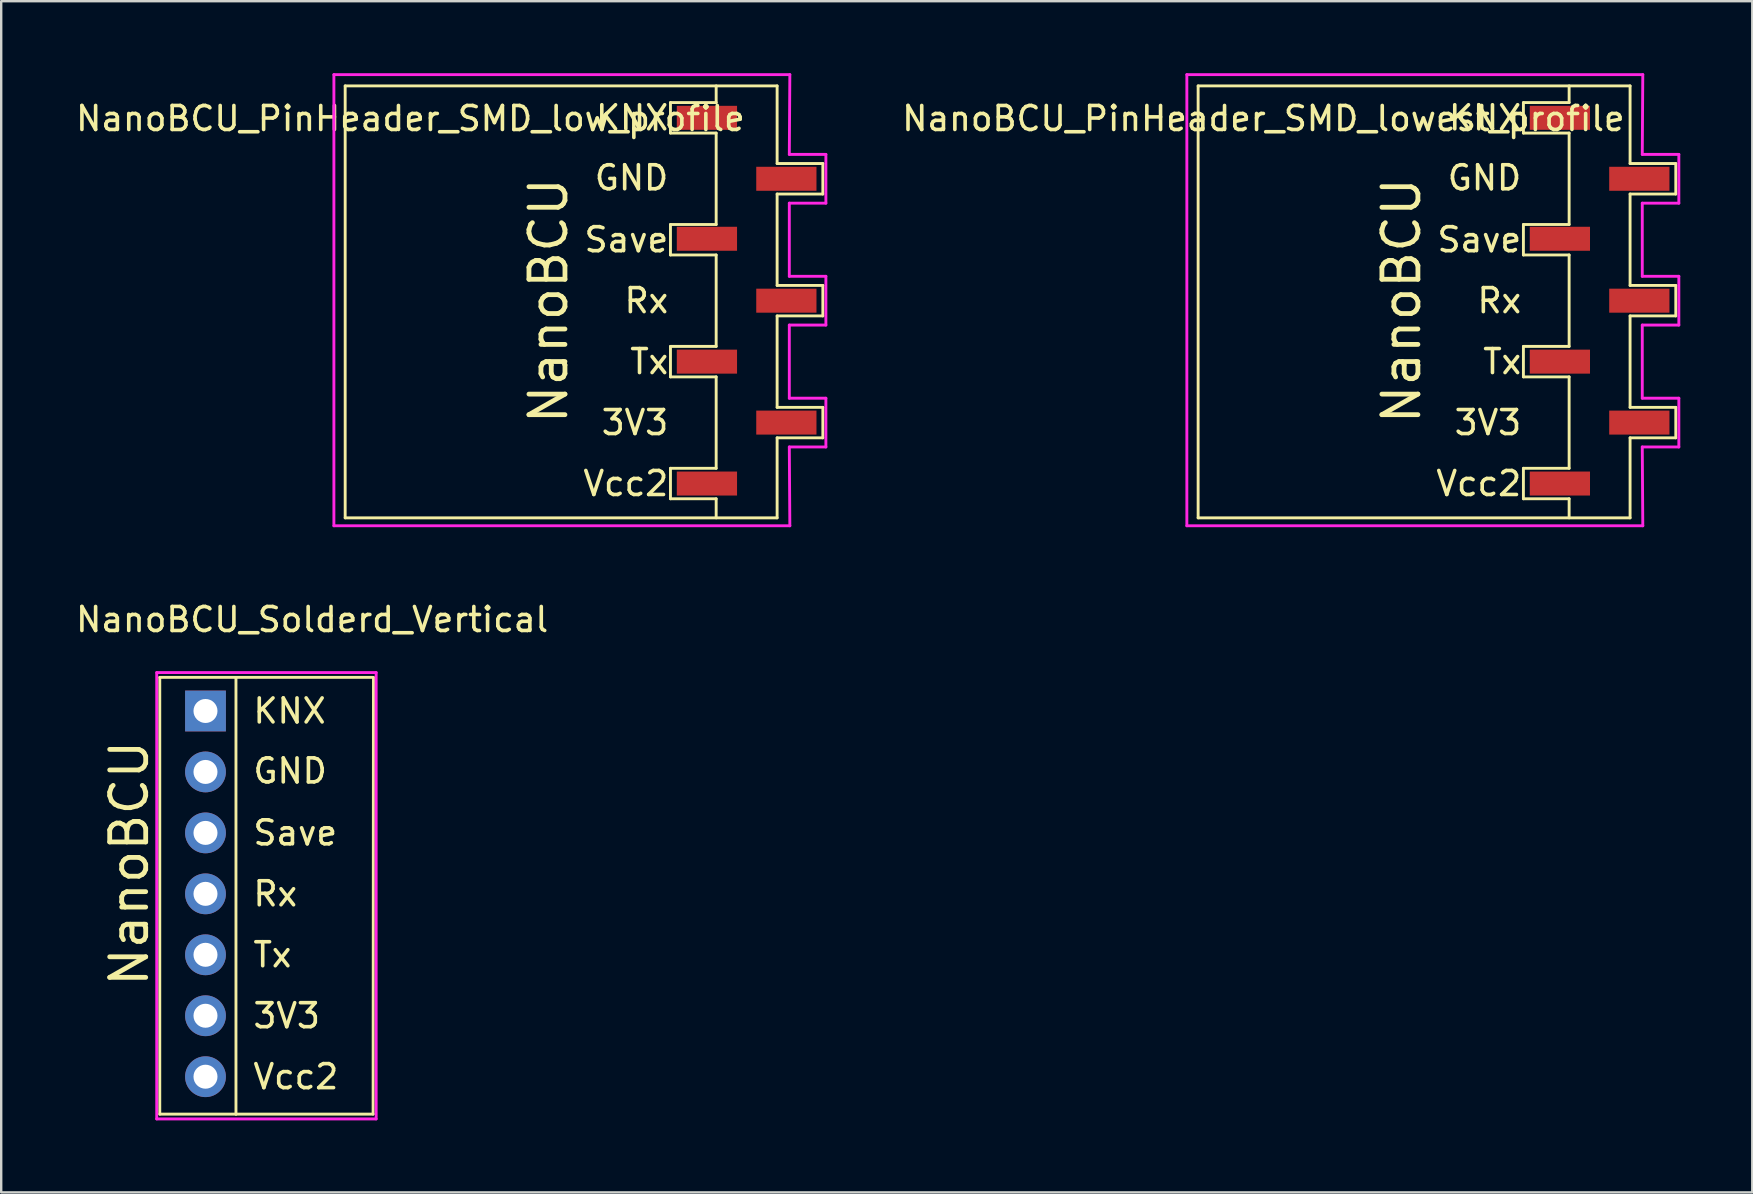
<source format=kicad_pcb>
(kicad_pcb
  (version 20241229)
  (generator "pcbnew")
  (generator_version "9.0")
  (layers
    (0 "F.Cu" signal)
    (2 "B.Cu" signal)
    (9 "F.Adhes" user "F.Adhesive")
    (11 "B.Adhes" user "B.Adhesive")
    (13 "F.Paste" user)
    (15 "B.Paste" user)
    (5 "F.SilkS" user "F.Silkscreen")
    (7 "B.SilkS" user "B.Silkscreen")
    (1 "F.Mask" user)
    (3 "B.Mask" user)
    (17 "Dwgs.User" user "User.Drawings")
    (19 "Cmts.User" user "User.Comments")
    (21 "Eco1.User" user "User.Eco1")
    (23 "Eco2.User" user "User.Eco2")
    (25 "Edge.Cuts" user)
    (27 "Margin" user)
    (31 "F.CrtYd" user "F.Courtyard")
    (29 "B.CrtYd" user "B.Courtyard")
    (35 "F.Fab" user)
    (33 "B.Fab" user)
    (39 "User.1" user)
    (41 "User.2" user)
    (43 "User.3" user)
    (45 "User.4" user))
  (footprint "NanoBCU_PinHeader_SMD_lowest_profile"
    (layer "F.Cu")
    (at 63.608 1.86)
    (property "Reference" "NanoBCU_PinHeader_SMD_lowest_profile" (at -14.01 0.03 0) (layer "F.SilkS") (effects (font (size 1 1) (thickness 0.15))))
    (attr smd)
    (fp_line (start -16.73 16.67) (end -16.73 -1.33) (stroke (width 0.12) (type solid)) (layer "F.SilkS"))
    (fp_line (start -3.175 -0.635) (end -3.175 0.635) (stroke (width 0.12) (type solid)) (layer "F.SilkS"))
    (fp_line (start -3.175 0.635) (end -1.27 0.635) (stroke (width 0.12) (type solid)) (layer "F.SilkS"))
    (fp_line (start -3.175 4.445) (end -3.175 5.715) (stroke (width 0.12) (type solid)) (layer "F.SilkS"))
    (fp_line (start -3.175 5.715) (end -1.27 5.715) (stroke (width 0.12) (type solid)) (layer "F.SilkS"))
    (fp_line (start -3.175 9.525) (end -3.175 10.795) (stroke (width 0.12) (type solid)) (layer "F.SilkS"))
    (fp_line (start -3.175 10.795) (end -1.27 10.795) (stroke (width 0.12) (type solid)) (layer "F.SilkS"))
    (fp_line (start -3.175 14.605) (end -3.175 15.875) (stroke (width 0.12) (type solid)) (layer "F.SilkS"))
    (fp_line (start -3.175 15.875) (end -1.27 15.875) (stroke (width 0.12) (type solid)) (layer "F.SilkS"))
    (fp_line (start -1.27 -1.33) (end -1.27 -0.635) (stroke (width 0.12) (type solid)) (layer "F.SilkS"))
    (fp_line (start -1.27 -0.635) (end -3.175 -0.635) (stroke (width 0.12) (type solid)) (layer "F.SilkS"))
    (fp_line (start -1.27 0.635) (end -1.27 4.445) (stroke (width 0.12) (type solid)) (layer "F.SilkS"))
    (fp_line (start -1.27 4.445) (end -3.175 4.445) (stroke (width 0.12) (type solid)) (layer "F.SilkS"))
    (fp_line (start -1.27 5.715) (end -1.27 9.525) (stroke (width 0.12) (type solid)) (layer "F.SilkS"))
    (fp_line (start -1.27 9.525) (end -3.175 9.525) (stroke (width 0.12) (type solid)) (layer "F.SilkS"))
    (fp_line (start -1.27 10.795) (end -1.27 14.605) (stroke (width 0.12) (type solid)) (layer "F.SilkS"))
    (fp_line (start -1.27 14.605) (end -3.175 14.605) (stroke (width 0.12) (type solid)) (layer "F.SilkS"))
    (fp_line (start -1.27 15.875) (end -1.27 16.67) (stroke (width 0.12) (type solid)) (layer "F.SilkS"))
    (fp_line (start 1.27 -1.33) (end -16.73 -1.33) (stroke (width 0.12) (type solid)) (layer "F.SilkS"))
    (fp_line (start 1.27 -1.33) (end 1.27 1.905) (stroke (width 0.12) (type solid)) (layer "F.SilkS"))
    (fp_line (start 1.27 1.905) (end 3.175 1.905) (stroke (width 0.12) (type solid)) (layer "F.SilkS"))
    (fp_line (start 1.27 3.175) (end 1.27 6.985) (stroke (width 0.12) (type solid)) (layer "F.SilkS"))
    (fp_line (start 1.27 6.985) (end 3.175 6.985) (stroke (width 0.12) (type solid)) (layer "F.SilkS"))
    (fp_line (start 1.27 8.255) (end 1.27 12.065) (stroke (width 0.12) (type solid)) (layer "F.SilkS"))
    (fp_line (start 1.27 12.065) (end 3.175 12.065) (stroke (width 0.12) (type solid)) (layer "F.SilkS"))
    (fp_line (start 1.27 13.335) (end 1.27 16.67) (stroke (width 0.12) (type solid)) (layer "F.SilkS"))
    (fp_line (start 1.27 16.67) (end -16.73 16.67) (stroke (width 0.12) (type solid)) (layer "F.SilkS"))
    (fp_line (start 3.175 1.905) (end 3.175 3.175) (stroke (width 0.12) (type solid)) (layer "F.SilkS"))
    (fp_line (start 3.175 3.175) (end 1.27 3.175) (stroke (width 0.12) (type solid)) (layer "F.SilkS"))
    (fp_line (start 3.175 6.985) (end 3.175 8.255) (stroke (width 0.12) (type solid)) (layer "F.SilkS"))
    (fp_line (start 3.175 8.255) (end 1.27 8.255) (stroke (width 0.12) (type solid)) (layer "F.SilkS"))
    (fp_line (start 3.175 12.065) (end 3.175 13.335) (stroke (width 0.12) (type solid)) (layer "F.SilkS"))
    (fp_line (start 3.175 13.335) (end 1.27 13.335) (stroke (width 0.12) (type solid)) (layer "F.SilkS"))
    (fp_line (start -17.2 -1.8) (end 1.8 -1.8) (stroke (width 0.12) (type solid)) (layer "F.CrtYd"))
    (fp_line (start -17.2 17) (end -17.2 -1.8) (stroke (width 0.12) (type solid)) (layer "F.CrtYd"))
    (fp_line (start 1.778 1.524) (end 3.302 1.524) (stroke (width 0.12) (type solid)) (layer "F.CrtYd"))
    (fp_line (start 1.778 3.556) (end 1.778 6.604) (stroke (width 0.12) (type solid)) (layer "F.CrtYd"))
    (fp_line (start 1.778 6.604) (end 3.302 6.604) (stroke (width 0.12) (type solid)) (layer "F.CrtYd"))
    (fp_line (start 1.778 8.636) (end 1.778 11.684) (stroke (width 0.12) (type solid)) (layer "F.CrtYd"))
    (fp_line (start 1.778 11.684) (end 3.302 11.684) (stroke (width 0.12) (type solid)) (layer "F.CrtYd"))
    (fp_line (start 1.778 13.716) (end 1.8 17) (stroke (width 0.12) (type solid)) (layer "F.CrtYd"))
    (fp_line (start 1.8 -1.8) (end 1.778 1.524) (stroke (width 0.12) (type solid)) (layer "F.CrtYd"))
    (fp_line (start 1.8 17) (end -17.2 17) (stroke (width 0.12) (type solid)) (layer "F.CrtYd"))
    (fp_line (start 3.302 1.524) (end 3.302 3.556) (stroke (width 0.12) (type solid)) (layer "F.CrtYd"))
    (fp_line (start 3.302 3.556) (end 1.778 3.556) (stroke (width 0.12) (type solid)) (layer "F.CrtYd"))
    (fp_line (start 3.302 6.604) (end 3.302 8.636) (stroke (width 0.12) (type solid)) (layer "F.CrtYd"))
    (fp_line (start 3.302 8.636) (end 1.778 8.636) (stroke (width 0.12) (type solid)) (layer "F.CrtYd"))
    (fp_line (start 3.302 11.684) (end 3.302 13.716) (stroke (width 0.12) (type solid)) (layer "F.CrtYd"))
    (fp_line (start 3.302 13.716) (end 1.778 13.716) (stroke (width 0.12) (type solid)) (layer "F.CrtYd"))
    (fp_text user "Rx" (at -3.175 7.62 0) (layer "F.SilkS") (effects (font (size 1 1) (thickness 0.15)) (justify right)))
    (fp_text user "GND" (at -3.175 2.5 0) (layer "F.SilkS") (effects (font (size 1 1) (thickness 0.15)) (justify right)))
    (fp_text user "Save" (at -3.175 5.08 0) (layer "F.SilkS") (effects (font (size 1 1) (thickness 0.15)) (justify right)))
    (fp_text user "KNX" (at -3.175 0 0) (layer "F.SilkS") (effects (font (size 1 1) (thickness 0.15)) (justify right)))
    (fp_text user "Tx" (at -3.175 10.16 0) (layer "F.SilkS") (effects (font (size 1 1) (thickness 0.15)) (justify right)))
    (fp_text user "3V3" (at -3.175 12.7 0) (layer "F.SilkS") (effects (font (size 1 1) (thickness 0.15)) (justify right)))
    (fp_text user "Vcc2" (at -3.175 15.24 0) (layer "F.SilkS") (effects (font (size 1 1) (thickness 0.15)) (justify right)))
    (fp_text user "NanoBCU" (at -8.255 7.62 90) (layer "F.SilkS") (effects (font (size 1.5 1.5) (thickness 0.2))))
    (pad "1" smd rect (at -1.655 0) (size 2.51 1) (layers "F.Cu" "F.Mask" "F.Paste"))
    (pad "2" smd rect (at 1.655 2.54) (size 2.51 1) (layers "F.Cu" "F.Mask" "F.Paste"))
    (pad "3" smd rect (at -1.655 5.04) (size 2.51 1) (layers "F.Cu" "F.Mask" "F.Paste"))
    (pad "4" smd rect (at 1.655 7.62) (size 2.51 1) (layers "F.Cu" "F.Mask" "F.Paste"))
    (pad "5" smd rect (at -1.655 10.16) (size 2.51 1) (layers "F.Cu" "F.Mask" "F.Paste"))
    (pad "6" smd rect (at 1.655 12.7) (size 2.51 1) (layers "F.Cu" "F.Mask" "F.Paste"))
    (pad "7" smd rect (at -1.655 15.24) (size 2.51 1) (layers "F.Cu" "F.Mask" "F.Paste")))
  (footprint "NanoBCU_Solderd_Vertical"
    (layer "F.Cu")
    (at 5.513 26.578)
    (property "Reference" "NanoBCU_Solderd_Vertical" (at 4.445 -3.81 0) (layer "F.SilkS") (effects (font (size 1 1) (thickness 0.15))))
    (attr through_hole)
    (fp_line (start -1.905 -1.4) (end -1.905 16.8) (stroke (width 0.12) (type solid)) (layer "F.SilkS"))
    (fp_line (start 1.27 -1.4) (end -1.905 -1.4) (stroke (width 0.12) (type solid)) (layer "F.SilkS"))
    (fp_line (start 1.27 -1.4) (end 1.27 16.8) (stroke (width 0.12) (type solid)) (layer "F.SilkS"))
    (fp_line (start 1.27 16.8) (end -1.905 16.8) (stroke (width 0.12) (type solid)) (layer "F.SilkS"))
    (fp_line (start 1.27 16.8) (end 6.985 16.8) (stroke (width 0.12) (type solid)) (layer "F.SilkS"))
    (fp_line (start 6.985 -1.4) (end 1.27 -1.4) (stroke (width 0.12) (type solid)) (layer "F.SilkS"))
    (fp_line (start 6.985 16.8) (end 7 -1.4) (stroke (width 0.12) (type solid)) (layer "F.SilkS"))
    (fp_line (start -2.032 -1.6) (end 7.112 -1.6) (stroke (width 0.12) (type solid)) (layer "F.CrtYd"))
    (fp_line (start -2.032 17) (end -2.032 -1.6) (stroke (width 0.12) (type solid)) (layer "F.CrtYd"))
    (fp_line (start 7.112 -1.6) (end 7.112 17) (stroke (width 0.12) (type solid)) (layer "F.CrtYd"))
    (fp_line (start 7.112 17) (end -2.032 17) (stroke (width 0.12) (type solid)) (layer "F.CrtYd"))
    (fp_text user "KNX" (at 1.905 0 0) (layer "F.SilkS") (effects (font (size 1 1) (thickness 0.15)) (justify left)))
    (fp_text user "GND" (at 1.905 2.5 0) (layer "F.SilkS") (effects (font (size 1 1) (thickness 0.15)) (justify left)))
    (fp_text user "NanoBCU" (at -3.175 6.35 90) (layer "F.SilkS") (effects (font (size 1.5 1.5) (thickness 0.2))))
    (fp_text user "Rx" (at 1.905 7.62 0) (layer "F.SilkS") (effects (font (size 1 1) (thickness 0.15)) (justify left)))
    (fp_text user "3V3" (at 1.905 12.7 0) (layer "F.SilkS") (effects (font (size 1 1) (thickness 0.15)) (justify left)))
    (fp_text user "Tx" (at 1.905 10.16 0) (layer "F.SilkS") (effects (font (size 1 1) (thickness 0.15)) (justify left)))
    (fp_text user "Vcc2" (at 1.905 15.24 0) (layer "F.SilkS") (effects (font (size 1 1) (thickness 0.15)) (justify left)))
    (fp_text user "Save" (at 1.905 5.08 0) (layer "F.SilkS") (effects (font (size 1 1) (thickness 0.15)) (justify left)))
    (pad "1" thru_hole rect (at 0 0) (size 1.7 1.7) (drill 1) (layers "*.Cu" "*.Mask"))
    (pad "2" thru_hole oval (at 0 2.54) (size 1.7 1.7) (drill 1) (layers "*.Cu" "*.Mask"))
    (pad "3" thru_hole oval (at 0 5.08) (size 1.7 1.7) (drill 1) (layers "*.Cu" "*.Mask"))
    (pad "4" thru_hole oval (at 0 7.62) (size 1.7 1.7) (drill 1) (layers "*.Cu" "*.Mask"))
    (pad "5" thru_hole oval (at 0 10.16) (size 1.7 1.7) (drill 1) (layers "*.Cu" "*.Mask"))
    (pad "6" thru_hole oval (at 0 12.7) (size 1.7 1.7) (drill 1) (layers "*.Cu" "*.Mask"))
    (pad "7" thru_hole oval (at 0 15.24) (size 1.7 1.7) (drill 1) (layers "*.Cu" "*.Mask")))
  (footprint "NanoBCU_PinHeader_SMD_low_profile"
    (layer "F.Cu")
    (at 28.064 1.86)
    (property "Reference" "NanoBCU_PinHeader_SMD_low_profile" (at -14.01 0.03 0) (layer "F.SilkS") (effects (font (size 1 1) (thickness 0.15))))
    (attr smd)
    (fp_line (start -16.73 16.67) (end -16.73 -1.33) (stroke (width 0.12) (type solid)) (layer "F.SilkS"))
    (fp_line (start -3.175 -0.635) (end -3.175 0.635) (stroke (width 0.12) (type solid)) (layer "F.SilkS"))
    (fp_line (start -3.175 0.635) (end -1.27 0.635) (stroke (width 0.12) (type solid)) (layer "F.SilkS"))
    (fp_line (start -3.175 4.445) (end -3.175 5.715) (stroke (width 0.12) (type solid)) (layer "F.SilkS"))
    (fp_line (start -3.175 5.715) (end -1.27 5.715) (stroke (width 0.12) (type solid)) (layer "F.SilkS"))
    (fp_line (start -3.175 9.525) (end -3.175 10.795) (stroke (width 0.12) (type solid)) (layer "F.SilkS"))
    (fp_line (start -3.175 10.795) (end -1.27 10.795) (stroke (width 0.12) (type solid)) (layer "F.SilkS"))
    (fp_line (start -3.175 14.605) (end -3.175 15.875) (stroke (width 0.12) (type solid)) (layer "F.SilkS"))
    (fp_line (start -3.175 15.875) (end -1.27 15.875) (stroke (width 0.12) (type solid)) (layer "F.SilkS"))
    (fp_line (start -1.27 -1.33) (end -1.27 -0.635) (stroke (width 0.12) (type solid)) (layer "F.SilkS"))
    (fp_line (start -1.27 -0.635) (end -3.175 -0.635) (stroke (width 0.12) (type solid)) (layer "F.SilkS"))
    (fp_line (start -1.27 0.635) (end -1.27 4.445) (stroke (width 0.12) (type solid)) (layer "F.SilkS"))
    (fp_line (start -1.27 4.445) (end -3.175 4.445) (stroke (width 0.12) (type solid)) (layer "F.SilkS"))
    (fp_line (start -1.27 5.715) (end -1.27 9.525) (stroke (width 0.12) (type solid)) (layer "F.SilkS"))
    (fp_line (start -1.27 9.525) (end -3.175 9.525) (stroke (width 0.12) (type solid)) (layer "F.SilkS"))
    (fp_line (start -1.27 10.795) (end -1.27 14.605) (stroke (width 0.12) (type solid)) (layer "F.SilkS"))
    (fp_line (start -1.27 14.605) (end -3.175 14.605) (stroke (width 0.12) (type solid)) (layer "F.SilkS"))
    (fp_line (start -1.27 15.875) (end -1.27 16.67) (stroke (width 0.12) (type solid)) (layer "F.SilkS"))
    (fp_line (start 1.27 -1.33) (end -16.73 -1.33) (stroke (width 0.12) (type solid)) (layer "F.SilkS"))
    (fp_line (start 1.27 -1.33) (end 1.27 1.905) (stroke (width 0.12) (type solid)) (layer "F.SilkS"))
    (fp_line (start 1.27 1.905) (end 3.175 1.905) (stroke (width 0.12) (type solid)) (layer "F.SilkS"))
    (fp_line (start 1.27 3.175) (end 1.27 6.985) (stroke (width 0.12) (type solid)) (layer "F.SilkS"))
    (fp_line (start 1.27 6.985) (end 3.175 6.985) (stroke (width 0.12) (type solid)) (layer "F.SilkS"))
    (fp_line (start 1.27 8.255) (end 1.27 12.065) (stroke (width 0.12) (type solid)) (layer "F.SilkS"))
    (fp_line (start 1.27 12.065) (end 3.175 12.065) (stroke (width 0.12) (type solid)) (layer "F.SilkS"))
    (fp_line (start 1.27 13.335) (end 1.27 16.67) (stroke (width 0.12) (type solid)) (layer "F.SilkS"))
    (fp_line (start 1.27 16.67) (end -16.73 16.67) (stroke (width 0.12) (type solid)) (layer "F.SilkS"))
    (fp_line (start 3.175 1.905) (end 3.175 3.175) (stroke (width 0.12) (type solid)) (layer "F.SilkS"))
    (fp_line (start 3.175 3.175) (end 1.27 3.175) (stroke (width 0.12) (type solid)) (layer "F.SilkS"))
    (fp_line (start 3.175 6.985) (end 3.175 8.255) (stroke (width 0.12) (type solid)) (layer "F.SilkS"))
    (fp_line (start 3.175 8.255) (end 1.27 8.255) (stroke (width 0.12) (type solid)) (layer "F.SilkS"))
    (fp_line (start 3.175 12.065) (end 3.175 13.335) (stroke (width 0.12) (type solid)) (layer "F.SilkS"))
    (fp_line (start 3.175 13.335) (end 1.27 13.335) (stroke (width 0.12) (type solid)) (layer "F.SilkS"))
    (fp_line (start -17.2 -1.8) (end 1.8 -1.8) (stroke (width 0.12) (type solid)) (layer "F.CrtYd"))
    (fp_line (start -17.2 17) (end -17.2 -1.8) (stroke (width 0.12) (type solid)) (layer "F.CrtYd"))
    (fp_line (start 1.778 1.524) (end 3.302 1.524) (stroke (width 0.12) (type solid)) (layer "F.CrtYd"))
    (fp_line (start 1.778 3.556) (end 1.778 6.604) (stroke (width 0.12) (type solid)) (layer "F.CrtYd"))
    (fp_line (start 1.778 6.604) (end 3.302 6.604) (stroke (width 0.12) (type solid)) (layer "F.CrtYd"))
    (fp_line (start 1.778 8.636) (end 1.778 11.684) (stroke (width 0.12) (type solid)) (layer "F.CrtYd"))
    (fp_line (start 1.778 11.684) (end 3.302 11.684) (stroke (width 0.12) (type solid)) (layer "F.CrtYd"))
    (fp_line (start 1.778 13.716) (end 1.8 17) (stroke (width 0.12) (type solid)) (layer "F.CrtYd"))
    (fp_line (start 1.8 -1.8) (end 1.778 1.524) (stroke (width 0.12) (type solid)) (layer "F.CrtYd"))
    (fp_line (start 1.8 17) (end -17.2 17) (stroke (width 0.12) (type solid)) (layer "F.CrtYd"))
    (fp_line (start 3.302 1.524) (end 3.302 3.556) (stroke (width 0.12) (type solid)) (layer "F.CrtYd"))
    (fp_line (start 3.302 3.556) (end 1.778 3.556) (stroke (width 0.12) (type solid)) (layer "F.CrtYd"))
    (fp_line (start 3.302 6.604) (end 3.302 8.636) (stroke (width 0.12) (type solid)) (layer "F.CrtYd"))
    (fp_line (start 3.302 8.636) (end 1.778 8.636) (stroke (width 0.12) (type solid)) (layer "F.CrtYd"))
    (fp_line (start 3.302 11.684) (end 3.302 13.716) (stroke (width 0.12) (type solid)) (layer "F.CrtYd"))
    (fp_line (start 3.302 13.716) (end 1.778 13.716) (stroke (width 0.12) (type solid)) (layer "F.CrtYd"))
    (fp_text user "3V3" (at -3.175 12.7 0) (layer "F.SilkS") (effects (font (size 1 1) (thickness 0.15)) (justify right)))
    (fp_text user "Vcc2" (at -3.175 15.24 0) (layer "F.SilkS") (effects (font (size 1 1) (thickness 0.15)) (justify right)))
    (fp_text user "GND" (at -3.175 2.5 0) (layer "F.SilkS") (effects (font (size 1 1) (thickness 0.15)) (justify right)))
    (fp_text user "KNX" (at -3.175 0 0) (layer "F.SilkS") (effects (font (size 1 1) (thickness 0.15)) (justify right)))
    (fp_text user "Save" (at -3.175 5.08 0) (layer "F.SilkS") (effects (font (size 1 1) (thickness 0.15)) (justify right)))
    (fp_text user "Rx" (at -3.175 7.62 0) (layer "F.SilkS") (effects (font (size 1 1) (thickness 0.15)) (justify right)))
    (fp_text user "NanoBCU" (at -8.255 7.62 90) (layer "F.SilkS") (effects (font (size 1.5 1.5) (thickness 0.2))))
    (fp_text user "Tx" (at -3.175 10.16 0) (layer "F.SilkS") (effects (font (size 1 1) (thickness 0.15)) (justify right)))
    (pad "1" smd rect (at -1.655 0) (size 2.51 1) (layers "F.Cu" "F.Mask" "F.Paste"))
    (pad "2" smd rect (at 1.655 2.54) (size 2.51 1) (layers "F.Cu" "F.Mask" "F.Paste"))
    (pad "3" smd rect (at -1.655 5.04) (size 2.51 1) (layers "F.Cu" "F.Mask" "F.Paste"))
    (pad "4" smd rect (at 1.655 7.62) (size 2.51 1) (layers "F.Cu" "F.Mask" "F.Paste"))
    (pad "5" smd rect (at -1.655 10.16) (size 2.51 1) (layers "F.Cu" "F.Mask" "F.Paste"))
    (pad "6" smd rect (at 1.655 12.7) (size 2.51 1) (layers "F.Cu" "F.Mask" "F.Paste"))
    (pad "7" smd rect (at -1.655 15.24) (size 2.51 1) (layers "F.Cu" "F.Mask" "F.Paste")))
  (gr_rect
    (start -3 -3)
    (end 69.97 46.638)
    (stroke (width 0.1) (type default))
    (fill no)
    (layer "Edge.Cuts")))
</source>
